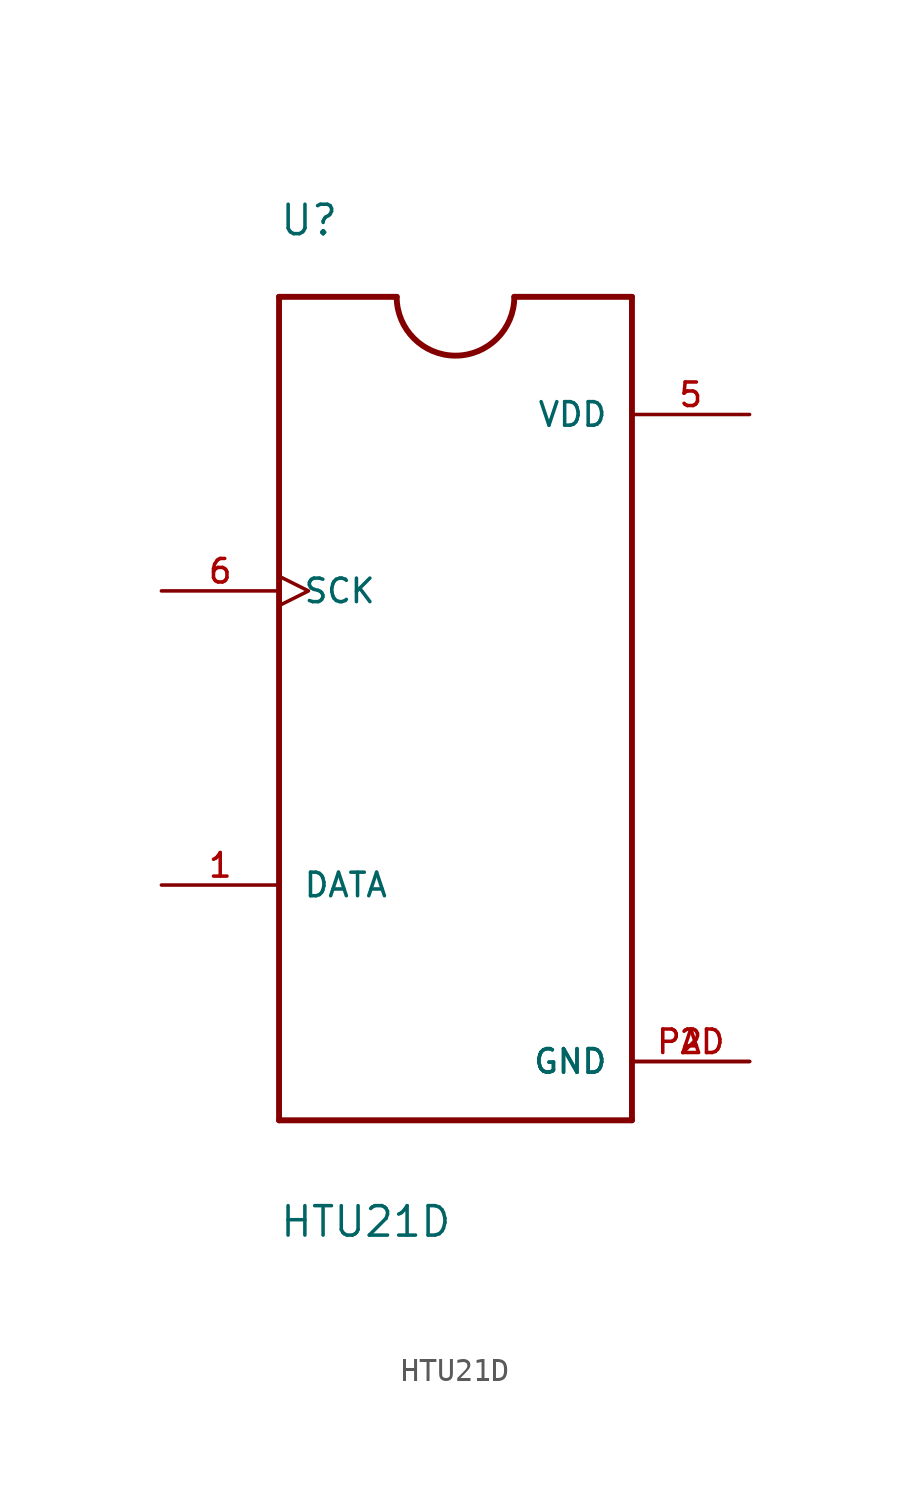
<source format=kicad_sym>
(kicad_symbol_lib
  (version 20211014)
  (generator kicad_symbol_editor)
  (symbol "HTU21D"
    (pin_names
      (offset 1.016))
    (property "Reference" "U"
      (at -7.629 20.345 0)
      (effects (font (size 1.27 1.27)) (justify bottom left)))
    (property "Value" "HTU21D"
      (at -7.633 -22.9 0)
      (effects (font (size 1.27 1.27)) (justify bottom left)))
    (symbol "HTU21D_0_0"
      (polyline (pts (xy 7.62 17.78) (xy 7.62 -17.78)) (stroke (width 0.254)))
      (polyline (pts (xy 7.62 -17.78) (xy -7.62 -17.78)) (stroke (width 0.254)))
      (polyline (pts (xy -7.62 -17.78) (xy -7.62 17.78)) (stroke (width 0.254)))
      (polyline (pts (xy -7.62 17.78) (xy -2.54 17.78)) (stroke (width 0.254)))
      (polyline (pts (xy 2.54 17.78) (xy 7.62 17.78)) (stroke (width 0.254)))
      (arc (start -2.54 17.78) (mid 0.0 15.24) (end 2.54 17.78) (stroke (width 0.254) (type default) (color 0 0 0 0)) (fill (type none)))
      (pin input clock (at -12.7 5.08 0) (length 5.08) (name "SCK" (effects (font (size 1.016 1.016)))) (number "6" (effects (font (size 1.016 1.016)))))
      (pin bidirectional line (at -12.7 -7.62 0) (length 5.08) (name "DATA" (effects (font (size 1.016 1.016)))) (number "1" (effects (font (size 1.016 1.016)))))
      (pin power_in line (at 12.7 12.7 180.0) (length 5.08) (name "VDD" (effects (font (size 1.016 1.016)))) (number "5" (effects (font (size 1.016 1.016)))))
      (pin passive line (at 12.7 -15.24 180.0) (length 5.08) (name "GND" (effects (font (size 1.016 1.016)))) (number "2" (effects (font (size 1.016 1.016)))))
      (pin passive line (at 12.7 -15.24 180.0) (length 5.08) (name "GND" (effects (font (size 1.016 1.016)))) (number "PAD" (effects (font (size 1.016 1.016))))))))
</source>
